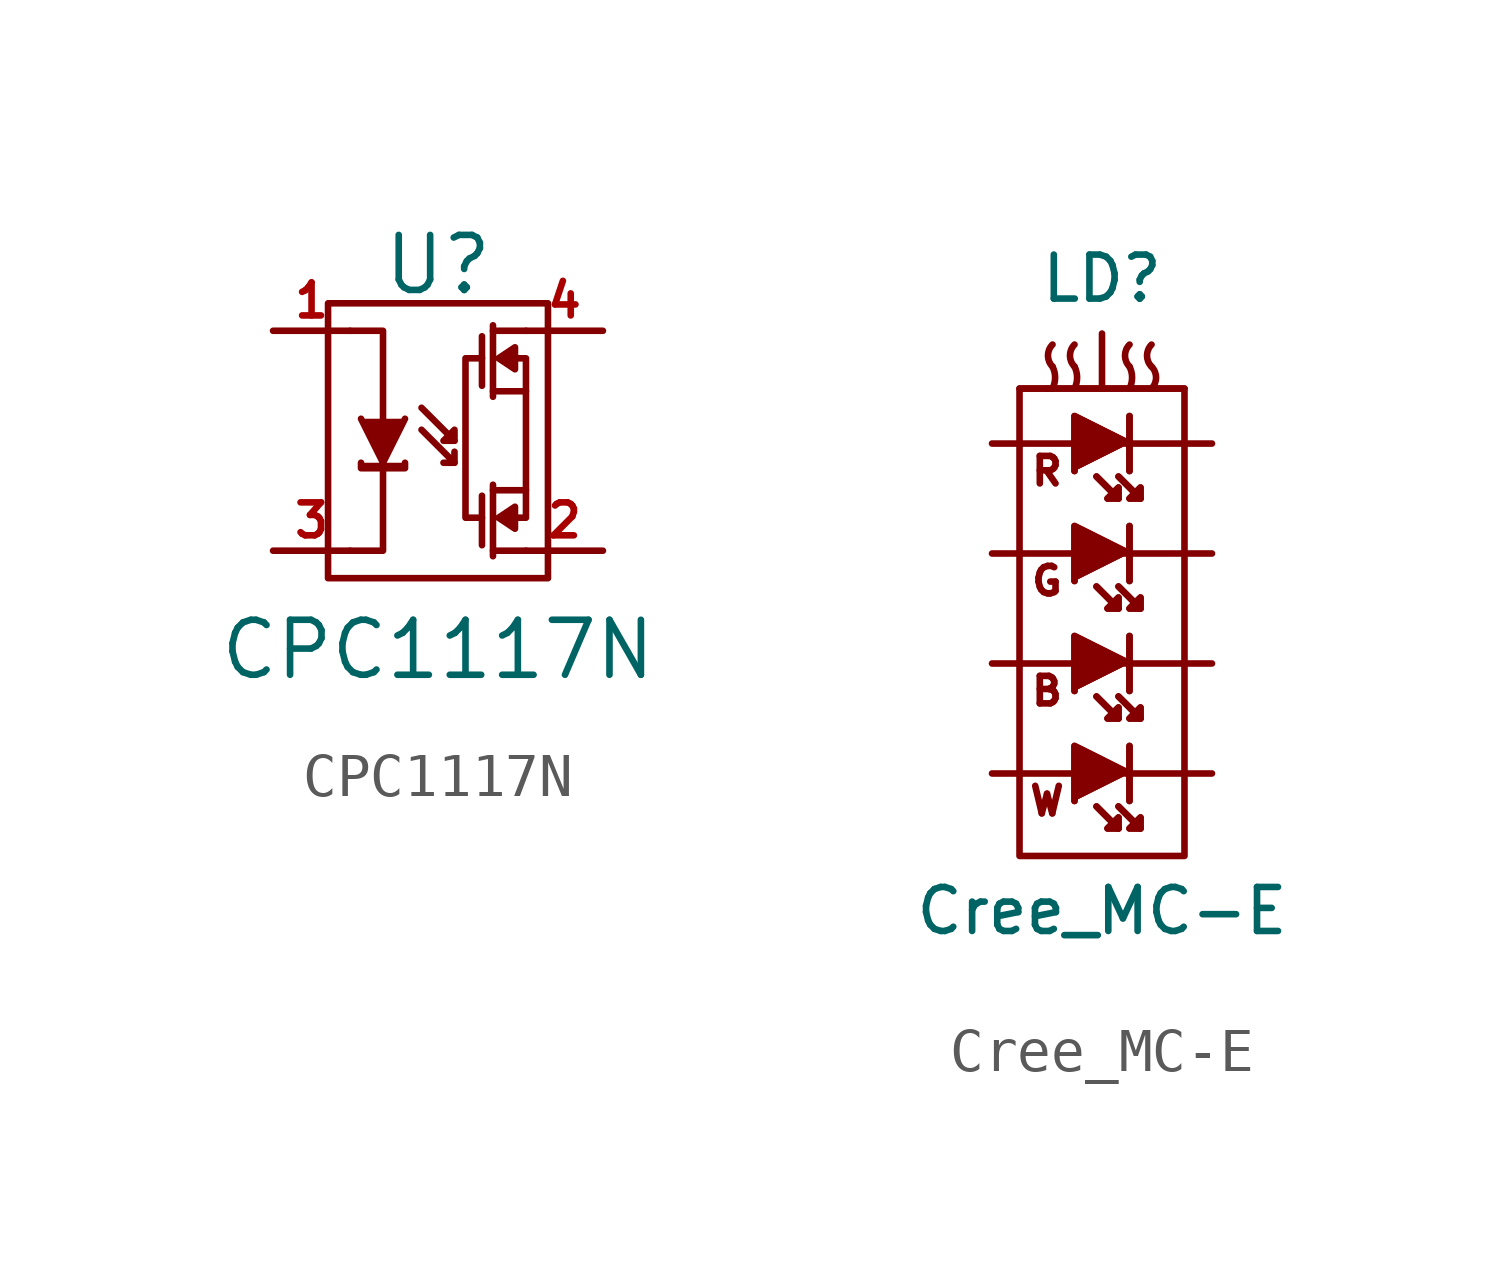
<source format=kicad_sym>
(kicad_symbol_lib
  (version 20220914)
  (generator kicad_symbol_editor)
  (symbol "CPC1117N"
    (pin_names
      (offset 0) hide)
    (property "Reference" "U"
      (at 0 4.064 0)
      (effects (font (size 1.27 1.27))))
    (property "Value" "CPC1117N"
      (at 0 -4.826 0)
      (effects (font (size 1.27 1.27))))
    (property "Footprint" ""
      (at 0 0 0)
      (effects (font (size 1.524 1.524))))
    (property "Datasheet" ""
      (at 0 0 0)
      (effects (font (size 1.524 1.524))))
    (symbol "CPC1117N_0_1"
      (rectangle (start -2.54 3.175) (end 2.54 -3.175) (stroke (width 0) (type solid)) (fill (type none)))
      (polyline (pts (xy 1.016 -1.27) (xy 1.016 -2.413)) (stroke (width 0) (type solid)) (fill (type none)))
      (polyline (pts (xy 1.016 2.413) (xy 1.016 1.27)) (stroke (width 0) (type solid)) (fill (type none)))
      (polyline (pts (xy 1.27 -2.667) (xy 1.27 -1.016)) (stroke (width 0) (type solid)) (fill (type none)))
      (polyline (pts (xy 1.27 1.016) (xy 1.27 2.667)) (stroke (width 0) (type solid)) (fill (type none)))
      (polyline (pts (xy 2.032 -2.54) (xy 1.27 -2.54)) (stroke (width 0) (type solid)) (fill (type none)))
      (polyline (pts (xy 2.032 -1.143) (xy 2.032 1.143)) (stroke (width 0) (type solid)) (fill (type none)))
      (polyline (pts (xy 2.032 2.54) (xy 1.27 2.54)) (stroke (width 0) (type solid)) (fill (type none)))
      (polyline (pts (xy 0.381 0) (xy -0.381 0.762) (xy -0.381 0.762)) (stroke (width 0) (type solid)) (fill (type none)))
      (polyline (pts (xy -2.032 2.54) (xy -1.27 2.54) (xy -1.27 -2.54) (xy -2.032 -2.54)) (stroke (width 0) (type solid)) (fill (type none)))
      (polyline (pts (xy -0.762 0.508) (xy -1.27 -0.508) (xy -1.778 0.508) (xy -1.778 0.508)) (stroke (width 0) (type solid)) (fill (type outline)))
      (polyline (pts (xy 0.381 -0.508) (xy -0.381 0.254) (xy -0.381 0.254) (xy -0.381 0.254)) (stroke (width 0) (type solid)) (fill (type none)))
      (polyline (pts (xy 0.381 -0.254) (xy 0.381 -0.508) (xy 0.127 -0.508) (xy 0.127 -0.508)) (stroke (width 0) (type solid)) (fill (type outline)))
      (polyline (pts (xy 1.016 -1.778) (xy 0.635 -1.778) (xy 0.635 1.905) (xy 1.016 1.905)) (stroke (width 0) (type solid)) (fill (type none)))
      (polyline (pts (xy 1.27 -1.143) (xy 2.032 -1.143) (xy 2.032 -1.778) (xy 1.778 -1.778)) (stroke (width 0) (type solid)) (fill (type none)))
      (polyline (pts (xy 1.27 1.143) (xy 2.032 1.143) (xy 2.032 1.905) (xy 1.778 1.905)) (stroke (width 0) (type solid)) (fill (type none)))
      (polyline (pts (xy 1.778 -2.032) (xy 1.778 -1.524) (xy 1.397 -1.778) (xy 1.778 -2.032)) (stroke (width 0) (type solid)) (fill (type outline)))
      (polyline (pts (xy 1.778 1.651) (xy 1.778 2.159) (xy 1.397 1.905) (xy 1.778 1.651)) (stroke (width 0) (type solid)) (fill (type outline)))
      (polyline (pts (xy -1.778 -0.508) (xy -1.778 -0.635) (xy -0.762 -0.635) (xy -0.762 -0.508) (xy -0.762 -0.508)) (stroke (width 0) (type solid)) (fill (type outline)))
      (polyline (pts (xy 0.127 0) (xy 0.381 0) (xy 0.381 0.254) (xy 0.127 0) (xy 0.127 0)) (stroke (width 0) (type solid)) (fill (type outline))))
    (symbol "CPC1117N_1_1"
      (pin passive line (at -3.81 2.54 0) (length 1.778) (name "+C" (effects (font (size 0.762 0.762)))) (number "1" (effects (font (size 0.762 0.762)))))
      (pin passive line (at 3.81 -2.54 180) (length 1.778) (name "L2" (effects (font (size 0.762 0.762)))) (number "2" (effects (font (size 0.762 0.762)))))
      (pin passive line (at -3.81 -2.54 0) (length 1.778) (name "-C" (effects (font (size 0.762 0.762)))) (number "3" (effects (font (size 0.762 0.762)))))
      (pin passive line (at 3.81 2.54 180) (length 1.778) (name "L1" (effects (font (size 0.762 0.762)))) (number "4" (effects (font (size 0.762 0.762)))))))
  (symbol "Cree_MC-E"
    (pin_numbers hide)
    (pin_names
      (offset 1.016) hide)
    (property "Reference" "LD"
      (at 0 7.62 0)
      (effects (font (size 1.016 1.016))))
    (property "Value" "Cree_MC-E"
      (at 0 -6.985 0)
      (effects (font (size 1.016 1.016))))
    (property "Footprint" ""
      (at 0 0 0)
      (effects (font (size 1.524 1.524))))
    (property "Datasheet" ""
      (at 0 0 0)
      (effects (font (size 1.524 1.524))))
    (symbol "Cree_MC-E_0_0"
      (rectangle (start -1.905 5.08) (end 1.905 -5.715) (stroke (width 0) (type solid)) (fill (type none)))
      (text "B" (at -1.27 -1.905 0) (effects (font (size 0.635 0.635))))
      (text "G" (at -1.27 0.635 0) (effects (font (size 0.635 0.635))))
      (text "R" (at -1.27 3.175 0) (effects (font (size 0.635 0.635))))
      (text "W" (at -1.27 -4.445 0) (effects (font (size 0.635 0.635)))))
    (symbol "Cree_MC-E_0_1"
      (rectangle (start -1.27 5.08) (end -1.905 5.08) (stroke (width 0) (type solid)) (fill (type none)))
      (arc (start -1.143 5.08) (mid -1.083 5.334) (end -1.143 5.588) (stroke (width 0) (type solid)) (fill (type none)))
      (arc (start -1.143 6.096) (mid -1.2482 5.842) (end -1.143 5.588) (stroke (width 0) (type solid)) (fill (type none)))
      (arc (start -0.635 5.08) (mid -0.575 5.334) (end -0.635 5.588) (stroke (width 0) (type solid)) (fill (type none)))
      (arc (start -0.635 6.096) (mid -0.7402 5.842) (end -0.635 5.588) (stroke (width 0) (type solid)) (fill (type none)))
      (polyline (pts (xy -1.27 5.08) (xy 1.27 5.08) (xy 1.27 5.08)) (stroke (width 0) (type solid)) (fill (type none)))
      (polyline (pts (xy -0.127 -4.572) (xy 0.381 -5.08) (xy 0.381 -5.08)) (stroke (width 0) (type solid)) (fill (type none)))
      (polyline (pts (xy -0.127 -4.572) (xy 0.381 -5.08) (xy 0.381 -5.08)) (stroke (width 0) (type solid)) (fill (type none)))
      (polyline (pts (xy -0.127 -2.032) (xy 0.381 -2.54) (xy 0.381 -2.54)) (stroke (width 0) (type solid)) (fill (type none)))
      (polyline (pts (xy -0.127 -2.032) (xy 0.381 -2.54) (xy 0.381 -2.54)) (stroke (width 0) (type solid)) (fill (type none)))
      (polyline (pts (xy -0.127 0.508) (xy 0.381 0) (xy 0.381 0)) (stroke (width 0) (type solid)) (fill (type none)))
      (polyline (pts (xy -0.127 0.508) (xy 0.381 0) (xy 0.381 0)) (stroke (width 0) (type solid)) (fill (type none)))
      (polyline (pts (xy -0.127 3.048) (xy 0.381 2.54) (xy 0.381 2.54)) (stroke (width 0) (type solid)) (fill (type none)))
      (polyline (pts (xy -0.127 3.048) (xy 0.381 2.54) (xy 0.381 2.54)) (stroke (width 0) (type solid)) (fill (type none)))
      (polyline (pts (xy 0.381 -4.572) (xy 0.889 -5.08) (xy 0.889 -5.08)) (stroke (width 0) (type solid)) (fill (type none)))
      (polyline (pts (xy 0.381 -4.572) (xy 0.889 -5.08) (xy 0.889 -5.08)) (stroke (width 0) (type solid)) (fill (type none)))
      (polyline (pts (xy 0.381 -2.032) (xy 0.889 -2.54) (xy 0.889 -2.54)) (stroke (width 0) (type solid)) (fill (type none)))
      (polyline (pts (xy 0.381 -2.032) (xy 0.889 -2.54) (xy 0.889 -2.54)) (stroke (width 0) (type solid)) (fill (type none)))
      (polyline (pts (xy 0.381 0.508) (xy 0.889 0) (xy 0.889 0)) (stroke (width 0) (type solid)) (fill (type none)))
      (polyline (pts (xy 0.381 0.508) (xy 0.889 0) (xy 0.889 0)) (stroke (width 0) (type solid)) (fill (type none)))
      (polyline (pts (xy 0.381 3.048) (xy 0.889 2.54) (xy 0.889 2.54)) (stroke (width 0) (type solid)) (fill (type none)))
      (polyline (pts (xy 0.381 3.048) (xy 0.889 2.54) (xy 0.889 2.54)) (stroke (width 0) (type solid)) (fill (type none)))
      (polyline (pts (xy 0.635 -4.445) (xy 0.635 -3.175) (xy 0.635 -3.175)) (stroke (width 0) (type solid)) (fill (type none)))
      (polyline (pts (xy 0.635 -4.445) (xy 0.635 -3.175) (xy 0.635 -3.175)) (stroke (width 0) (type solid)) (fill (type none)))
      (polyline (pts (xy 0.635 -1.905) (xy 0.635 -0.635) (xy 0.635 -0.635)) (stroke (width 0) (type solid)) (fill (type none)))
      (polyline (pts (xy 0.635 -1.905) (xy 0.635 -0.635) (xy 0.635 -0.635)) (stroke (width 0) (type solid)) (fill (type none)))
      (polyline (pts (xy 0.635 0.635) (xy 0.635 1.905) (xy 0.635 1.905)) (stroke (width 0) (type solid)) (fill (type none)))
      (polyline (pts (xy 0.635 0.635) (xy 0.635 1.905) (xy 0.635 1.905)) (stroke (width 0) (type solid)) (fill (type none)))
      (polyline (pts (xy 0.635 3.175) (xy 0.635 4.445) (xy 0.635 4.445)) (stroke (width 0) (type solid)) (fill (type none)))
      (polyline (pts (xy 0.635 3.175) (xy 0.635 4.445) (xy 0.635 4.445)) (stroke (width 0) (type solid)) (fill (type none)))
      (polyline (pts (xy 0.635 -3.81) (xy -0.635 -3.175) (xy -0.635 -4.445) (xy -0.635 -4.445)) (stroke (width 0) (type solid)) (fill (type outline)))
      (polyline (pts (xy 0.635 -3.81) (xy -0.635 -3.175) (xy -0.635 -4.445) (xy -0.635 -4.445)) (stroke (width 0) (type solid)) (fill (type outline)))
      (polyline (pts (xy 0.635 -1.27) (xy -0.635 -0.635) (xy -0.635 -1.905) (xy -0.635 -1.905)) (stroke (width 0) (type solid)) (fill (type outline)))
      (polyline (pts (xy 0.635 -1.27) (xy -0.635 -0.635) (xy -0.635 -1.905) (xy -0.635 -1.905)) (stroke (width 0) (type solid)) (fill (type outline)))
      (polyline (pts (xy 0.635 1.27) (xy -0.635 1.905) (xy -0.635 0.635) (xy -0.635 0.635)) (stroke (width 0) (type solid)) (fill (type outline)))
      (polyline (pts (xy 0.635 1.27) (xy -0.635 1.905) (xy -0.635 0.635) (xy -0.635 0.635)) (stroke (width 0) (type solid)) (fill (type outline)))
      (polyline (pts (xy 0.635 3.81) (xy -0.635 4.445) (xy -0.635 3.175) (xy -0.635 3.175)) (stroke (width 0) (type solid)) (fill (type outline)))
      (polyline (pts (xy 0.635 3.81) (xy -0.635 4.445) (xy -0.635 3.175) (xy -0.635 3.175)) (stroke (width 0) (type solid)) (fill (type outline)))
      (polyline (pts (xy 0.889 -5.08) (xy 0.635 -5.08) (xy 0.889 -4.826) (xy 0.889 -5.08) (xy 0.889 -5.08)) (stroke (width 0) (type solid)) (fill (type outline)))
      (polyline (pts (xy 0.889 -5.08) (xy 0.635 -5.08) (xy 0.889 -4.826) (xy 0.889 -5.08) (xy 0.889 -5.08)) (stroke (width 0) (type solid)) (fill (type outline)))
      (polyline (pts (xy 0.889 -2.54) (xy 0.635 -2.54) (xy 0.889 -2.286) (xy 0.889 -2.54) (xy 0.889 -2.54)) (stroke (width 0) (type solid)) (fill (type outline)))
      (polyline (pts (xy 0.889 -2.54) (xy 0.635 -2.54) (xy 0.889 -2.286) (xy 0.889 -2.54) (xy 0.889 -2.54)) (stroke (width 0) (type solid)) (fill (type outline)))
      (polyline (pts (xy 0.889 0) (xy 0.635 0) (xy 0.889 0.254) (xy 0.889 0) (xy 0.889 0)) (stroke (width 0) (type solid)) (fill (type outline)))
      (polyline (pts (xy 0.889 0) (xy 0.635 0) (xy 0.889 0.254) (xy 0.889 0) (xy 0.889 0)) (stroke (width 0) (type solid)) (fill (type outline)))
      (polyline (pts (xy 0.889 2.54) (xy 0.635 2.54) (xy 0.889 2.794) (xy 0.889 2.54) (xy 0.889 2.54)) (stroke (width 0) (type solid)) (fill (type outline)))
      (polyline (pts (xy 0.889 2.54) (xy 0.635 2.54) (xy 0.889 2.794) (xy 0.889 2.54) (xy 0.889 2.54)) (stroke (width 0) (type solid)) (fill (type outline)))
      (polyline (pts (xy 0.381 -5.08) (xy 0.127 -5.08) (xy 0.381 -4.826) (xy 0.381 -5.08) (xy 0.381 -5.08) (xy 0.381 -5.08)) (stroke (width 0) (type solid)) (fill (type outline)))
      (polyline (pts (xy 0.381 -5.08) (xy 0.127 -5.08) (xy 0.381 -4.826) (xy 0.381 -5.08) (xy 0.381 -5.08) (xy 0.381 -5.08)) (stroke (width 0) (type solid)) (fill (type outline)))
      (polyline (pts (xy 0.381 -2.54) (xy 0.127 -2.54) (xy 0.381 -2.286) (xy 0.381 -2.54) (xy 0.381 -2.54) (xy 0.381 -2.54)) (stroke (width 0) (type solid)) (fill (type outline)))
      (polyline (pts (xy 0.381 -2.54) (xy 0.127 -2.54) (xy 0.381 -2.286) (xy 0.381 -2.54) (xy 0.381 -2.54) (xy 0.381 -2.54)) (stroke (width 0) (type solid)) (fill (type outline)))
      (polyline (pts (xy 0.381 0) (xy 0.127 0) (xy 0.381 0.254) (xy 0.381 0) (xy 0.381 0) (xy 0.381 0)) (stroke (width 0) (type solid)) (fill (type outline)))
      (polyline (pts (xy 0.381 0) (xy 0.127 0) (xy 0.381 0.254) (xy 0.381 0) (xy 0.381 0) (xy 0.381 0)) (stroke (width 0) (type solid)) (fill (type outline)))
      (polyline (pts (xy 0.381 2.54) (xy 0.127 2.54) (xy 0.381 2.794) (xy 0.381 2.54) (xy 0.381 2.54) (xy 0.381 2.54)) (stroke (width 0) (type solid)) (fill (type outline)))
      (polyline (pts (xy 0.381 2.54) (xy 0.127 2.54) (xy 0.381 2.794) (xy 0.381 2.54) (xy 0.381 2.54) (xy 0.381 2.54)) (stroke (width 0) (type solid)) (fill (type outline)))
      (arc (start 0.635 5.08) (mid 0.695 5.334) (end 0.635 5.588) (stroke (width 0) (type solid)) (fill (type none)))
      (arc (start 0.635 6.096) (mid 0.5298 5.842) (end 0.635 5.588) (stroke (width 0) (type solid)) (fill (type none)))
      (arc (start 1.143 5.08) (mid 1.2482 5.334) (end 1.143 5.588) (stroke (width 0) (type solid)) (fill (type none)))
      (arc (start 1.143 6.096) (mid 1.0378 5.842) (end 1.143 5.588) (stroke (width 0) (type solid)) (fill (type none)))
      (rectangle (start 1.905 5.08) (end 1.27 5.08) (stroke (width 0) (type solid)) (fill (type none))))
    (symbol "Cree_MC-E_1_1"
      (pin passive line (at -2.54 3.81 0) (length 2.007) (name "AR" (effects (font (size 1.016 1.016)))) (number "1" (effects (font (size 1.016 1.016)))))
      (pin passive line (at -2.54 1.27 0) (length 2.007) (name "AG" (effects (font (size 1.016 1.016)))) (number "2" (effects (font (size 1.016 1.016)))))
      (pin passive line (at -2.54 -1.27 0) (length 2.007) (name "AB" (effects (font (size 1.016 1.016)))) (number "3" (effects (font (size 1.016 1.016)))))
      (pin passive line (at -2.54 -3.81 0) (length 2.007) (name "AW" (effects (font (size 1.016 1.016)))) (number "4" (effects (font (size 1.016 1.016)))))
      (pin passive line (at 2.54 -3.81 180) (length 2.007) (name "KW" (effects (font (size 1.016 1.016)))) (number "5" (effects (font (size 1.016 1.016)))))
      (pin passive line (at 2.54 -1.27 180) (length 2.007) (name "KB" (effects (font (size 1.016 1.016)))) (number "6" (effects (font (size 1.016 1.016)))))
      (pin passive line (at 2.54 1.27 180) (length 2.007) (name "KG" (effects (font (size 1.016 1.016)))) (number "7" (effects (font (size 1.016 1.016)))))
      (pin passive line (at 2.54 3.81 180) (length 2.007) (name "KR" (effects (font (size 1.016 1.016)))) (number "8" (effects (font (size 1.016 1.016)))))
      (pin input line (at 0 6.35 270) (length 1.27) (name "Thermal" (effects (font (size 1.016 1.016)))) (number "9" (effects (font (size 1.016 1.016))))))))
</source>
